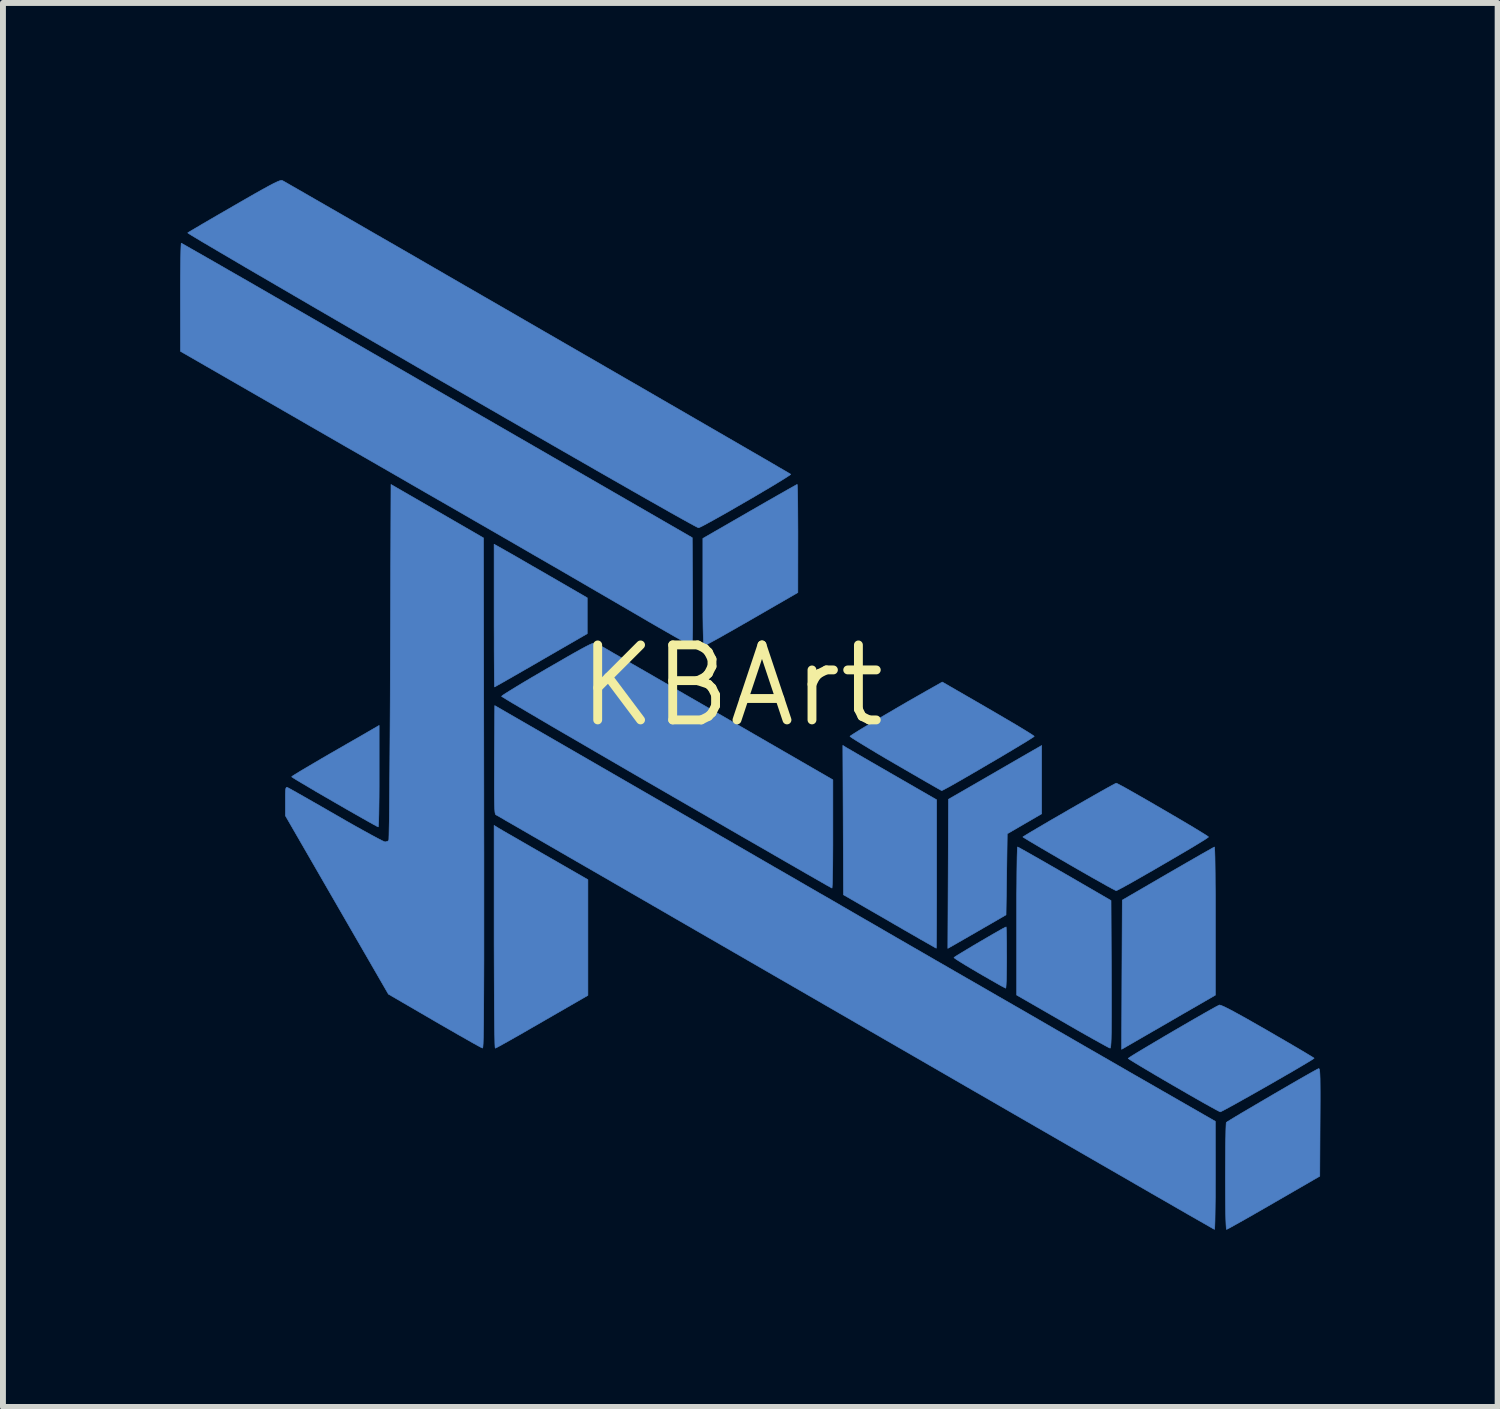
<source format=kicad_pcb>
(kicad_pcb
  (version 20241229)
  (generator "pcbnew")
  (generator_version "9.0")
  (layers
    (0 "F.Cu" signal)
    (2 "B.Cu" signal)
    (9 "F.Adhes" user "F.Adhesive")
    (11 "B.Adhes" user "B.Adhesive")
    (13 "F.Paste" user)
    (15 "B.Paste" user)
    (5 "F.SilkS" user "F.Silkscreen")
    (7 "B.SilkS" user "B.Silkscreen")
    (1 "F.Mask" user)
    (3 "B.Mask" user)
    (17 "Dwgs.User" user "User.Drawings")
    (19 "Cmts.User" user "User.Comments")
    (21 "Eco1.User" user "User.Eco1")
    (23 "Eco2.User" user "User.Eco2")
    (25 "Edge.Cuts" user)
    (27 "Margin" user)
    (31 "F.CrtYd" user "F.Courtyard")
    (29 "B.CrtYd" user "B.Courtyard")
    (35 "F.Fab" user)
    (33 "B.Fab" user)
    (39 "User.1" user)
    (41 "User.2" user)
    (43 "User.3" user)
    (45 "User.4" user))
  (footprint "KBArt"
    (layer "F.Cu")
    (at 9.339 8.561)
    (property "Reference" "KBArt" (at 0 0 0) (layer "F.SilkS") (effects (font (size 1.27 1.27) (thickness 0.15))))
    (attr through_hole)
    (fp_poly (pts (xy 5.249 2.17) (xy 4.958 2.339) (xy 4.667 2.508) (xy 4.657 3.195) (xy 4.646 3.881) (xy 4.276 4.095) (xy 4.153 4.166) (xy 4.035 4.234) (xy 3.929 4.295) (xy 3.842 4.345) (xy 3.785 4.378) (xy 3.783 4.379) (xy 3.661 4.448) (xy 3.667 3.186) (xy 3.672 1.923) (xy 4.35 1.532) (xy 4.509 1.44) (xy 4.661 1.352) (xy 4.801 1.271) (xy 4.924 1.2) (xy 5.025 1.142) (xy 5.098 1.1) (xy 5.138 1.077) (xy 5.249 1.013) (xy 5.249 2.17)) (stroke (width 0.01) (type solid)) (fill yes) (layer "B.Cu"))
    (fp_poly (pts (xy 8.178 2.752) (xy 8.181 2.811) (xy 8.184 2.905) (xy 8.186 3.03) (xy 8.188 3.183) (xy 8.189 3.36) (xy 8.191 3.557) (xy 8.191 3.771) (xy 8.191 3.985) (xy 8.191 5.24) (xy 7.784 5.475) (xy 7.631 5.563) (xy 7.459 5.663) (xy 7.283 5.765) (xy 7.116 5.861) (xy 6.99 5.934) (xy 6.604 6.157) (xy 6.609 4.894) (xy 6.615 3.631) (xy 7.387 3.182) (xy 7.552 3.087) (xy 7.706 2.998) (xy 7.844 2.919) (xy 7.963 2.85) (xy 8.06 2.796) (xy 8.13 2.756) (xy 8.169 2.735) (xy 8.176 2.732) (xy 8.178 2.752)) (stroke (width 0.01) (type solid)) (fill yes) (layer "B.Cu"))
    (fp_poly (pts (xy -3.889 -2.321) (xy -3.84 -2.293) (xy -3.759 -2.247) (xy -3.652 -2.186) (xy -3.524 -2.112) (xy -3.381 -2.029) (xy -3.227 -1.941) (xy -3.101 -1.868) (xy -2.445 -1.488) (xy -2.445 -0.881) (xy -3.226 -0.43) (xy -3.391 -0.334) (xy -3.545 -0.246) (xy -3.684 -0.166) (xy -3.803 -0.098) (xy -3.899 -0.043) (xy -3.969 -0.004) (xy -4.007 0.018) (xy -4.014 0.021) (xy -4.016 0.001) (xy -4.017 -0.058) (xy -4.018 -0.152) (xy -4.019 -0.277) (xy -4.02 -0.43) (xy -4.021 -0.606) (xy -4.021 -0.802) (xy -4.022 -1.013) (xy -4.022 -1.187) (xy -4.022 -2.395) (xy -3.889 -2.321)) (stroke (width 0.01) (type solid)) (fill yes) (layer "B.Cu"))
    (fp_poly (pts (xy 1.931 1.042) (xy 1.96 1.059) (xy 2.021 1.094) (xy 2.11 1.146) (xy 2.223 1.212) (xy 2.356 1.289) (xy 2.505 1.375) (xy 2.666 1.468) (xy 2.725 1.502) (xy 3.471 1.932) (xy 3.471 3.188) (xy 3.471 3.415) (xy 3.471 3.628) (xy 3.47 3.824) (xy 3.47 4) (xy 3.469 4.152) (xy 3.468 4.276) (xy 3.467 4.369) (xy 3.466 4.426) (xy 3.465 4.445) (xy 3.446 4.435) (xy 3.394 4.405) (xy 3.313 4.359) (xy 3.207 4.299) (xy 3.079 4.225) (xy 2.934 4.142) (xy 2.775 4.05) (xy 2.677 3.993) (xy 1.894 3.541) (xy 1.889 2.276) (xy 1.883 1.011) (xy 1.931 1.042)) (stroke (width 0.01) (type solid)) (fill yes) (layer "B.Cu"))
    (fp_poly (pts (xy -3.974 2.396) (xy -3.946 2.413) (xy -3.885 2.449) (xy -3.796 2.501) (xy -3.682 2.566) (xy -3.549 2.643) (xy -3.4 2.729) (xy -3.239 2.822) (xy -3.18 2.856) (xy -2.434 3.285) (xy -2.434 5.244) (xy -3.209 5.691) (xy -3.374 5.786) (xy -3.528 5.875) (xy -3.667 5.954) (xy -3.787 6.022) (xy -3.884 6.076) (xy -3.955 6.115) (xy -3.995 6.135) (xy -4.002 6.138) (xy -4.006 6.118) (xy -4.009 6.056) (xy -4.011 5.957) (xy -4.014 5.822) (xy -4.016 5.653) (xy -4.018 5.452) (xy -4.019 5.221) (xy -4.02 4.962) (xy -4.021 4.678) (xy -4.022 4.37) (xy -4.022 4.252) (xy -4.022 2.366) (xy -3.974 2.396)) (stroke (width 0.01) (type solid)) (fill yes) (layer "B.Cu"))
    (fp_poly (pts (xy 1.112 -3.387) (xy 1.115 -3.329) (xy 1.117 -3.237) (xy 1.119 -3.115) (xy 1.12 -2.968) (xy 1.121 -2.801) (xy 1.122 -2.617) (xy 1.122 -2.492) (xy 1.121 -1.577) (xy 0.342 -1.127) (xy 0.176 -1.032) (xy 0.021 -0.943) (xy -0.119 -0.864) (xy -0.241 -0.795) (xy -0.34 -0.741) (xy -0.412 -0.702) (xy -0.454 -0.681) (xy -0.462 -0.677) (xy -0.468 -0.689) (xy -0.474 -0.724) (xy -0.478 -0.786) (xy -0.481 -0.877) (xy -0.484 -1) (xy -0.486 -1.158) (xy -0.487 -1.353) (xy -0.487 -1.586) (xy -0.487 -2.494) (xy 0.306 -2.951) (xy 0.473 -3.047) (xy 0.628 -3.136) (xy 0.768 -3.216) (xy 0.89 -3.285) (xy 0.988 -3.341) (xy 1.06 -3.381) (xy 1.101 -3.404) (xy 1.11 -3.408) (xy 1.112 -3.387)) (stroke (width 0.01) (type solid)) (fill yes) (layer "B.Cu"))
    (fp_poly (pts (xy 4.65 4.105) (xy 4.652 4.162) (xy 4.654 4.25) (xy 4.656 4.363) (xy 4.656 4.495) (xy 4.657 4.604) (xy 4.656 4.747) (xy 4.654 4.875) (xy 4.652 4.982) (xy 4.648 5.062) (xy 4.644 5.11) (xy 4.641 5.122) (xy 4.619 5.111) (xy 4.565 5.083) (xy 4.486 5.038) (xy 4.386 4.981) (xy 4.271 4.915) (xy 4.195 4.871) (xy 4.073 4.799) (xy 3.965 4.735) (xy 3.876 4.68) (xy 3.809 4.638) (xy 3.772 4.611) (xy 3.765 4.604) (xy 3.782 4.591) (xy 3.83 4.56) (xy 3.903 4.516) (xy 3.994 4.461) (xy 4.097 4.399) (xy 4.206 4.335) (xy 4.316 4.271) (xy 4.419 4.211) (xy 4.51 4.159) (xy 4.582 4.118) (xy 4.631 4.093) (xy 4.648 4.085) (xy 4.65 4.105)) (stroke (width 0.01) (type solid)) (fill yes) (layer "B.Cu"))
    (fp_poly (pts (xy -5.969 1.533) (xy -5.969 1.719) (xy -5.97 1.891) (xy -5.972 2.045) (xy -5.974 2.176) (xy -5.977 2.28) (xy -5.98 2.352) (xy -5.983 2.388) (xy -5.985 2.391) (xy -6.006 2.381) (xy -6.06 2.352) (xy -6.142 2.306) (xy -6.25 2.245) (xy -6.377 2.173) (xy -6.521 2.091) (xy -6.678 2) (xy -6.725 1.973) (xy -6.884 1.881) (xy -7.031 1.796) (xy -7.162 1.718) (xy -7.274 1.652) (xy -7.361 1.6) (xy -7.421 1.563) (xy -7.449 1.544) (xy -7.45 1.542) (xy -7.433 1.528) (xy -7.382 1.496) (xy -7.304 1.448) (xy -7.201 1.387) (xy -7.077 1.314) (xy -6.938 1.232) (xy -6.8 1.152) (xy -6.645 1.063) (xy -6.498 0.978) (xy -6.363 0.901) (xy -6.247 0.834) (xy -6.154 0.78) (xy -6.088 0.742) (xy -6.059 0.725) (xy -5.969 0.673) (xy -5.969 1.533)) (stroke (width 0.01) (type solid)) (fill yes) (layer "B.Cu"))
    (fp_poly (pts (xy 4.863 2.741) (xy 4.917 2.771) (xy 5 2.817) (xy 5.107 2.878) (xy 5.237 2.952) (xy 5.383 3.036) (xy 5.543 3.128) (xy 5.641 3.184) (xy 6.424 3.638) (xy 6.43 4.888) (xy 6.431 5.159) (xy 6.431 5.39) (xy 6.431 5.584) (xy 6.43 5.744) (xy 6.429 5.873) (xy 6.427 5.973) (xy 6.424 6.046) (xy 6.42 6.096) (xy 6.415 6.126) (xy 6.41 6.137) (xy 6.408 6.137) (xy 6.385 6.127) (xy 6.329 6.097) (xy 6.244 6.05) (xy 6.134 5.989) (xy 6.004 5.916) (xy 5.856 5.832) (xy 5.696 5.74) (xy 5.605 5.687) (xy 4.827 5.239) (xy 4.827 3.985) (xy 4.827 3.759) (xy 4.827 3.546) (xy 4.829 3.349) (xy 4.83 3.174) (xy 4.832 3.022) (xy 4.834 2.898) (xy 4.837 2.806) (xy 4.839 2.749) (xy 4.842 2.731) (xy 4.863 2.741)) (stroke (width 0.01) (type solid)) (fill yes) (layer "B.Cu"))
    (fp_poly (pts (xy 9.947 6.486) (xy 9.953 6.5) (xy 9.958 6.529) (xy 9.961 6.578) (xy 9.964 6.65) (xy 9.965 6.747) (xy 9.966 6.874) (xy 9.966 7.034) (xy 9.965 7.23) (xy 9.964 7.389) (xy 9.959 8.306) (xy 9.179 8.757) (xy 9.014 8.852) (xy 8.859 8.941) (xy 8.719 9.021) (xy 8.598 9.089) (xy 8.5 9.144) (xy 8.429 9.183) (xy 8.388 9.204) (xy 8.38 9.207) (xy 8.376 9.187) (xy 8.372 9.127) (xy 8.368 9.032) (xy 8.365 8.903) (xy 8.363 8.746) (xy 8.362 8.562) (xy 8.361 8.355) (xy 8.361 8.313) (xy 8.362 8.122) (xy 8.363 7.944) (xy 8.364 7.783) (xy 8.367 7.644) (xy 8.369 7.532) (xy 8.372 7.45) (xy 8.375 7.404) (xy 8.377 7.396) (xy 8.397 7.381) (xy 8.45 7.349) (xy 8.53 7.3) (xy 8.632 7.239) (xy 8.753 7.168) (xy 8.887 7.089) (xy 9.03 7.005) (xy 9.177 6.919) (xy 9.323 6.834) (xy 9.464 6.752) (xy 9.596 6.676) (xy 9.713 6.609) (xy 9.81 6.554) (xy 9.884 6.513) (xy 9.929 6.489) (xy 9.94 6.484) (xy 9.947 6.486)) (stroke (width 0.01) (type solid)) (fill yes) (layer "B.Cu"))
    (fp_poly (pts (xy 4.344 0.387) (xy 4.509 0.483) (xy 4.662 0.573) (xy 4.8 0.654) (xy 4.918 0.725) (xy 5.013 0.783) (xy 5.081 0.826) (xy 5.118 0.852) (xy 5.124 0.857) (xy 5.107 0.871) (xy 5.057 0.903) (xy 4.981 0.951) (xy 4.881 1.011) (xy 4.763 1.082) (xy 4.631 1.161) (xy 4.489 1.245) (xy 4.343 1.33) (xy 4.197 1.416) (xy 4.056 1.498) (xy 3.923 1.575) (xy 3.804 1.643) (xy 3.704 1.7) (xy 3.626 1.742) (xy 3.575 1.769) (xy 3.557 1.776) (xy 3.537 1.766) (xy 3.484 1.736) (xy 3.402 1.689) (xy 3.295 1.628) (xy 3.167 1.554) (xy 3.022 1.47) (xy 2.863 1.378) (xy 2.775 1.327) (xy 2.61 1.231) (xy 2.458 1.141) (xy 2.322 1.059) (xy 2.205 0.988) (xy 2.111 0.93) (xy 2.045 0.888) (xy 2.009 0.863) (xy 2.004 0.857) (xy 2.022 0.843) (xy 2.073 0.81) (xy 2.151 0.761) (xy 2.254 0.698) (xy 2.378 0.625) (xy 2.517 0.542) (xy 2.668 0.454) (xy 2.826 0.361) (xy 2.988 0.267) (xy 3.149 0.175) (xy 3.305 0.086) (xy 3.44 0.01) (xy 3.567 -0.062) (xy 4.344 0.387)) (stroke (width 0.01) (type solid)) (fill yes) (layer "B.Cu"))
    (fp_poly (pts (xy 8.286 5.413) (xy 8.342 5.437) (xy 8.43 5.481) (xy 8.551 5.546) (xy 8.705 5.631) (xy 8.893 5.738) (xy 9.08 5.845) (xy 9.245 5.941) (xy 9.399 6.03) (xy 9.537 6.111) (xy 9.656 6.181) (xy 9.751 6.238) (xy 9.819 6.279) (xy 9.857 6.303) (xy 9.863 6.308) (xy 9.846 6.321) (xy 9.796 6.353) (xy 9.718 6.4) (xy 9.617 6.46) (xy 9.498 6.53) (xy 9.364 6.607) (xy 9.222 6.689) (xy 9.074 6.774) (xy 8.926 6.858) (xy 8.783 6.939) (xy 8.649 7.014) (xy 8.528 7.082) (xy 8.426 7.138) (xy 8.346 7.181) (xy 8.294 7.208) (xy 8.274 7.216) (xy 8.25 7.205) (xy 8.193 7.175) (xy 8.108 7.128) (xy 7.998 7.067) (xy 7.868 6.993) (xy 7.721 6.909) (xy 7.561 6.816) (xy 7.482 6.771) (xy 7.319 6.676) (xy 7.167 6.587) (xy 7.031 6.506) (xy 6.915 6.437) (xy 6.821 6.38) (xy 6.755 6.339) (xy 6.72 6.316) (xy 6.715 6.312) (xy 6.731 6.299) (xy 6.78 6.267) (xy 6.856 6.22) (xy 6.956 6.16) (xy 7.073 6.09) (xy 7.205 6.012) (xy 7.345 5.929) (xy 7.49 5.844) (xy 7.635 5.76) (xy 7.776 5.678) (xy 7.907 5.603) (xy 8.024 5.536) (xy 8.123 5.48) (xy 8.199 5.438) (xy 8.248 5.413) (xy 8.26 5.407) (xy 8.286 5.413)) (stroke (width 0.01) (type solid)) (fill yes) (layer "B.Cu"))
    (fp_poly (pts (xy 6.536 1.661) (xy 6.591 1.69) (xy 6.674 1.735) (xy 6.778 1.794) (xy 6.899 1.863) (xy 7.034 1.94) (xy 7.177 2.023) (xy 7.323 2.108) (xy 7.469 2.193) (xy 7.609 2.275) (xy 7.739 2.352) (xy 7.854 2.421) (xy 7.949 2.479) (xy 8.021 2.524) (xy 8.064 2.552) (xy 8.075 2.562) (xy 8.057 2.576) (xy 8.008 2.609) (xy 7.93 2.657) (xy 7.83 2.718) (xy 7.711 2.789) (xy 7.578 2.867) (xy 7.436 2.95) (xy 7.29 3.035) (xy 7.144 3.12) (xy 7.002 3.201) (xy 6.87 3.277) (xy 6.752 3.344) (xy 6.652 3.399) (xy 6.576 3.44) (xy 6.527 3.465) (xy 6.511 3.471) (xy 6.489 3.46) (xy 6.433 3.431) (xy 6.349 3.385) (xy 6.24 3.323) (xy 6.109 3.25) (xy 5.962 3.166) (xy 5.802 3.074) (xy 5.71 3.021) (xy 5.545 2.925) (xy 5.392 2.836) (xy 5.255 2.756) (xy 5.137 2.686) (xy 5.042 2.63) (xy 4.975 2.589) (xy 4.938 2.566) (xy 4.932 2.561) (xy 4.95 2.549) (xy 5 2.518) (xy 5.078 2.471) (xy 5.178 2.412) (xy 5.297 2.342) (xy 5.43 2.264) (xy 5.573 2.182) (xy 5.719 2.097) (xy 5.866 2.013) (xy 6.009 1.931) (xy 6.142 1.855) (xy 6.262 1.787) (xy 6.364 1.73) (xy 6.442 1.687) (xy 6.493 1.66) (xy 6.512 1.651) (xy 6.536 1.661)) (stroke (width 0.01) (type solid)) (fill yes) (layer "B.Cu"))
    (fp_poly (pts (xy -9.299 -7.482) (xy -9.245 -7.452) (xy -9.157 -7.401) (xy -9.037 -7.333) (xy -8.887 -7.247) (xy -8.708 -7.145) (xy -8.502 -7.026) (xy -8.271 -6.894) (xy -8.016 -6.747) (xy -7.739 -6.587) (xy -7.441 -6.416) (xy -7.125 -6.234) (xy -6.79 -6.041) (xy -6.441 -5.839) (xy -6.077 -5.629) (xy -5.7 -5.412) (xy -5.313 -5.188) (xy -4.985 -4.999) (xy -0.667 -2.506) (xy -0.661 -1.592) (xy -0.66 -1.363) (xy -0.66 -1.173) (xy -0.66 -1.019) (xy -0.662 -0.899) (xy -0.664 -0.808) (xy -0.667 -0.744) (xy -0.672 -0.703) (xy -0.678 -0.683) (xy -0.682 -0.679) (xy -0.706 -0.69) (xy -0.762 -0.72) (xy -0.847 -0.767) (xy -0.956 -0.828) (xy -1.087 -0.903) (xy -1.234 -0.987) (xy -1.395 -1.08) (xy -1.492 -1.137) (xy -1.951 -1.404) (xy -2.407 -1.669) (xy -2.868 -1.937) (xy -3.341 -2.21) (xy -3.832 -2.494) (xy -4.347 -2.791) (xy -4.784 -3.043) (xy -4.965 -3.147) (xy -5.178 -3.269) (xy -5.417 -3.407) (xy -5.678 -3.558) (xy -5.956 -3.718) (xy -6.246 -3.885) (xy -6.543 -4.055) (xy -6.841 -4.227) (xy -7.137 -4.397) (xy -7.424 -4.563) (xy -7.582 -4.654) (xy -9.333 -5.662) (xy -9.334 -6.578) (xy -9.334 -6.77) (xy -9.333 -6.948) (xy -9.331 -7.109) (xy -9.329 -7.247) (xy -9.327 -7.358) (xy -9.324 -7.439) (xy -9.321 -7.484) (xy -9.319 -7.493) (xy -9.299 -7.482)) (stroke (width 0.01) (type solid)) (fill yes) (layer "B.Cu"))
    (fp_poly (pts (xy -2.297 -0.72) (xy -2.286 -0.715) (xy -2.261 -0.7) (xy -2.201 -0.666) (xy -2.11 -0.614) (xy -1.99 -0.544) (xy -1.842 -0.459) (xy -1.671 -0.36) (xy -1.477 -0.249) (xy -1.264 -0.126) (xy -1.034 0.007) (xy -0.789 0.149) (xy -0.532 0.297) (xy -0.265 0.451) (xy -0.259 0.454) (xy 1.714 1.594) (xy 1.714 2.511) (xy 1.714 2.704) (xy 1.713 2.882) (xy 1.712 3.043) (xy 1.709 3.181) (xy 1.707 3.293) (xy 1.704 3.373) (xy 1.701 3.419) (xy 1.699 3.427) (xy 1.679 3.416) (xy 1.624 3.386) (xy 1.537 3.336) (xy 1.42 3.269) (xy 1.273 3.185) (xy 1.1 3.085) (xy 0.903 2.972) (xy 0.683 2.845) (xy 0.442 2.706) (xy 0.182 2.557) (xy -0.094 2.397) (xy -0.384 2.229) (xy -0.687 2.054) (xy -1.001 1.873) (xy -1.104 1.813) (xy -1.421 1.63) (xy -1.728 1.452) (xy -2.022 1.281) (xy -2.303 1.118) (xy -2.567 0.964) (xy -2.813 0.821) (xy -3.04 0.689) (xy -3.244 0.569) (xy -3.424 0.463) (xy -3.578 0.372) (xy -3.704 0.298) (xy -3.8 0.24) (xy -3.864 0.201) (xy -3.894 0.182) (xy -3.896 0.18) (xy -3.879 0.165) (xy -3.83 0.132) (xy -3.75 0.082) (xy -3.646 0.018) (xy -3.52 -0.058) (xy -3.375 -0.144) (xy -3.217 -0.236) (xy -3.12 -0.293) (xy -2.93 -0.402) (xy -2.773 -0.493) (xy -2.646 -0.565) (xy -2.545 -0.621) (xy -2.467 -0.663) (xy -2.408 -0.693) (xy -2.366 -0.711) (xy -2.335 -0.721) (xy -2.313 -0.723) (xy -2.297 -0.72)) (stroke (width 0.01) (type solid)) (fill yes) (layer "B.Cu"))
    (fp_poly (pts (xy -4.985 -2.955) (xy -4.202 -2.502) (xy -4.196 1.818) (xy -4.196 2.338) (xy -4.195 2.818) (xy -4.195 3.258) (xy -4.195 3.66) (xy -4.195 4.025) (xy -4.195 4.356) (xy -4.195 4.653) (xy -4.196 4.918) (xy -4.197 5.153) (xy -4.198 5.358) (xy -4.199 5.536) (xy -4.2 5.687) (xy -4.202 5.814) (xy -4.204 5.917) (xy -4.206 5.999) (xy -4.208 6.06) (xy -4.211 6.102) (xy -4.214 6.127) (xy -4.217 6.136) (xy -4.217 6.136) (xy -4.241 6.126) (xy -4.297 6.096) (xy -4.382 6.049) (xy -4.491 5.987) (xy -4.622 5.913) (xy -4.769 5.828) (xy -4.93 5.736) (xy -5.028 5.679) (xy -5.812 5.223) (xy -6.684 3.713) (xy -7.556 2.202) (xy -7.556 1.956) (xy -7.556 1.851) (xy -7.554 1.781) (xy -7.549 1.741) (xy -7.54 1.723) (xy -7.526 1.722) (xy -7.521 1.724) (xy -7.496 1.737) (xy -7.438 1.769) (xy -7.351 1.818) (xy -7.24 1.881) (xy -7.107 1.957) (xy -6.958 2.042) (xy -6.797 2.135) (xy -6.699 2.191) (xy -6.531 2.288) (xy -6.374 2.377) (xy -6.23 2.457) (xy -6.105 2.526) (xy -6.002 2.581) (xy -5.926 2.621) (xy -5.879 2.642) (xy -5.868 2.646) (xy -5.824 2.634) (xy -5.806 2.619) (xy -5.804 2.595) (xy -5.802 2.532) (xy -5.8 2.43) (xy -5.797 2.294) (xy -5.795 2.125) (xy -5.793 1.925) (xy -5.791 1.698) (xy -5.789 1.445) (xy -5.787 1.169) (xy -5.785 0.873) (xy -5.783 0.558) (xy -5.781 0.227) (xy -5.78 -0.117) (xy -5.779 -0.407) (xy -5.768 -3.407) (xy -4.985 -2.955)) (stroke (width 0.01) (type solid)) (fill yes) (layer "B.Cu"))
    (fp_poly (pts (xy -1.175 1.975) (xy -0.844 2.166) (xy -0.515 2.356) (xy -0.193 2.542) (xy 0.122 2.724) (xy 0.426 2.9) (xy 0.716 3.068) (xy 0.991 3.226) (xy 1.248 3.375) (xy 1.483 3.511) (xy 1.696 3.633) (xy 1.882 3.741) (xy 2.039 3.832) (xy 2.165 3.905) (xy 2.257 3.958) (xy 2.265 3.963) (xy 2.415 4.049) (xy 2.594 4.153) (xy 2.794 4.269) (xy 3.009 4.393) (xy 3.231 4.521) (xy 3.452 4.649) (xy 3.666 4.772) (xy 3.768 4.831) (xy 3.99 4.959) (xy 4.237 5.101) (xy 4.5 5.253) (xy 4.768 5.407) (xy 5.032 5.559) (xy 5.281 5.703) (xy 5.505 5.833) (xy 5.546 5.856) (xy 5.766 5.983) (xy 6.013 6.126) (xy 6.276 6.277) (xy 6.545 6.432) (xy 6.81 6.585) (xy 7.06 6.728) (xy 7.284 6.857) (xy 7.307 6.87) (xy 8.19 7.377) (xy 8.191 8.292) (xy 8.19 8.484) (xy 8.19 8.663) (xy 8.188 8.823) (xy 8.186 8.961) (xy 8.184 9.073) (xy 8.181 9.153) (xy 8.178 9.198) (xy 8.176 9.206) (xy 8.156 9.196) (xy 8.102 9.165) (xy 8.013 9.114) (xy 7.892 9.045) (xy 7.739 8.958) (xy 7.557 8.853) (xy 7.346 8.731) (xy 7.108 8.595) (xy 6.845 8.443) (xy 6.556 8.276) (xy 6.245 8.097) (xy 5.912 7.905) (xy 5.558 7.701) (xy 5.185 7.486) (xy 4.795 7.261) (xy 4.388 7.026) (xy 3.967 6.783) (xy 3.531 6.531) (xy 3.084 6.273) (xy 2.625 6.008) (xy 2.157 5.738) (xy 2.095 5.702) (xy 1.626 5.431) (xy 1.166 5.165) (xy 0.717 4.906) (xy 0.279 4.653) (xy -0.145 4.408) (xy -0.554 4.172) (xy -0.947 3.945) (xy -1.322 3.728) (xy -1.679 3.522) (xy -2.015 3.327) (xy -2.33 3.145) (xy -2.622 2.977) (xy -2.89 2.822) (xy -3.132 2.682) (xy -3.347 2.558) (xy -3.534 2.45) (xy -3.691 2.359) (xy -3.817 2.287) (xy -3.91 2.232) (xy -3.97 2.198) (xy -3.995 2.184) (xy -3.995 2.183) (xy -4.002 2.171) (xy -4.008 2.14) (xy -4.012 2.087) (xy -4.015 2.01) (xy -4.017 1.905) (xy -4.018 1.768) (xy -4.018 1.598) (xy -4.017 1.39) (xy -4.017 1.252) (xy -4.011 0.337) (xy -1.175 1.975)) (stroke (width 0.01) (type solid)) (fill yes) (layer "B.Cu"))
    (fp_poly (pts (xy -7.61 -8.555) (xy -7.586 -8.542) (xy -7.528 -8.509) (xy -7.438 -8.457) (xy -7.317 -8.388) (xy -7.168 -8.302) (xy -6.991 -8.2) (xy -6.791 -8.085) (xy -6.567 -7.956) (xy -6.322 -7.815) (xy -6.059 -7.663) (xy -5.779 -7.502) (xy -5.484 -7.332) (xy -5.176 -7.154) (xy -4.858 -6.97) (xy -4.53 -6.78) (xy -4.195 -6.587) (xy -3.855 -6.391) (xy -3.511 -6.192) (xy -3.167 -5.993) (xy -2.824 -5.795) (xy -2.483 -5.598) (xy -2.147 -5.404) (xy -1.817 -5.213) (xy -1.496 -5.028) (xy -1.186 -4.848) (xy -0.888 -4.676) (xy -0.605 -4.512) (xy -0.339 -4.358) (xy -0.09 -4.214) (xy 0.138 -4.082) (xy 0.343 -3.963) (xy 0.525 -3.858) (xy 0.68 -3.768) (xy 0.806 -3.694) (xy 0.903 -3.638) (xy 0.967 -3.6) (xy 0.998 -3.582) (xy 1 -3.58) (xy 0.986 -3.567) (xy 0.939 -3.536) (xy 0.865 -3.489) (xy 0.767 -3.429) (xy 0.651 -3.359) (xy 0.52 -3.282) (xy 0.38 -3.199) (xy 0.235 -3.115) (xy 0.089 -3.031) (xy -0.052 -2.949) (xy -0.185 -2.874) (xy -0.305 -2.807) (xy -0.407 -2.751) (xy -0.487 -2.708) (xy -0.54 -2.682) (xy -0.56 -2.675) (xy -0.583 -2.684) (xy -0.642 -2.715) (xy -0.735 -2.766) (xy -0.863 -2.837) (xy -1.024 -2.927) (xy -1.216 -3.036) (xy -1.441 -3.163) (xy -1.695 -3.308) (xy -1.98 -3.471) (xy -2.293 -3.65) (xy -2.634 -3.846) (xy -3.002 -4.057) (xy -3.396 -4.284) (xy -3.816 -4.526) (xy -4.26 -4.782) (xy -4.727 -5.052) (xy -4.915 -5.16) (xy -5.309 -5.388) (xy -5.694 -5.611) (xy -6.068 -5.827) (xy -6.428 -6.036) (xy -6.774 -6.237) (xy -7.103 -6.428) (xy -7.415 -6.61) (xy -7.707 -6.78) (xy -7.978 -6.938) (xy -8.227 -7.083) (xy -8.451 -7.215) (xy -8.649 -7.331) (xy -8.82 -7.432) (xy -8.963 -7.516) (xy -9.074 -7.583) (xy -9.154 -7.631) (xy -9.199 -7.66) (xy -9.21 -7.668) (xy -9.189 -7.682) (xy -9.135 -7.714) (xy -9.052 -7.763) (xy -8.944 -7.827) (xy -8.815 -7.902) (xy -8.669 -7.987) (xy -8.509 -8.079) (xy -8.423 -8.129) (xy -8.229 -8.241) (xy -8.068 -8.333) (xy -7.938 -8.406) (xy -7.834 -8.463) (xy -7.754 -8.505) (xy -7.695 -8.533) (xy -7.653 -8.55) (xy -7.626 -8.556) (xy -7.61 -8.555)) (stroke (width 0.01) (type solid)) (fill yes) (layer "B.Cu")))
  (gr_rect
    (start -3 -3)
    (end 22.31 20.774)
    (stroke (width 0.1) (type default))
    (fill no)
    (layer "Edge.Cuts")))
</source>
